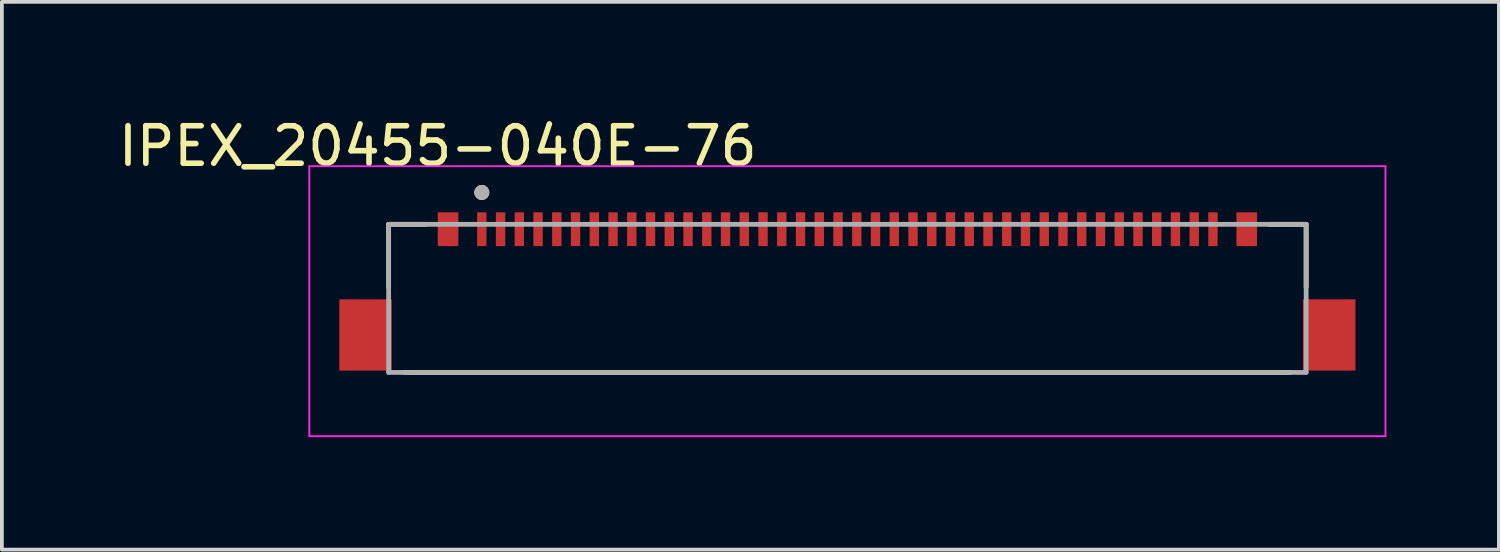
<source format=kicad_pcb>
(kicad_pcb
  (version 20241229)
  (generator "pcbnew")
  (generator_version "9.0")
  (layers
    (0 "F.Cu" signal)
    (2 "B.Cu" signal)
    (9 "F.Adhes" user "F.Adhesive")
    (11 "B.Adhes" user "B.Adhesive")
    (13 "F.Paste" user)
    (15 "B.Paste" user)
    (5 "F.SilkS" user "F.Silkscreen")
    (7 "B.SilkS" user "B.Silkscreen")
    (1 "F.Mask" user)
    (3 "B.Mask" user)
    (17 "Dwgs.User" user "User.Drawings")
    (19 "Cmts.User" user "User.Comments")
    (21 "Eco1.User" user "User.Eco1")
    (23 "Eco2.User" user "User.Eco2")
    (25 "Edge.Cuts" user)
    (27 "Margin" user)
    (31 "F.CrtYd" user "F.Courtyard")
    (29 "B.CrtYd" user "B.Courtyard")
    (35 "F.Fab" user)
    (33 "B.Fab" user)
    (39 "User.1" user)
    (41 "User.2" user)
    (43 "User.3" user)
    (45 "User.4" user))
  (footprint "IPEX_20455-040E-76"
    (layer "F.Cu")
    (at 19.55 4.983)
    (property "Reference" "IPEX_20455-040E-76" (at -10.925 -4.135 0) (layer "F.SilkS") (effects (font (size 1 1) (thickness 0.15))))
    (attr smd)
    (fp_line (start -12.235 -2.05) (end -12.235 -0.37) (stroke (width 0.127) (type solid)) (layer "F.SilkS"))
    (fp_line (start -12.235 -2.05) (end -11.25 -2.05) (stroke (width 0.127) (type solid)) (layer "F.SilkS"))
    (fp_line (start -11.8 1.9) (end 11.8 1.9) (stroke (width 0.127) (type solid)) (layer "F.SilkS"))
    (fp_line (start 11.25 -2.05) (end 12.235 -2.05) (stroke (width 0.127) (type solid)) (layer "F.SilkS"))
    (fp_line (start 12.235 -2.05) (end 12.235 -0.37) (stroke (width 0.127) (type solid)) (layer "F.SilkS"))
    (fp_circle (center -9.75 -2.9) (end -9.65 -2.9) (stroke (width 0.2) (type solid)) (fill no) (layer "F.SilkS"))
    (fp_line (start -14.35 -3.6) (end -14.35 3.6) (stroke (width 0.05) (type solid)) (layer "F.CrtYd"))
    (fp_line (start -14.35 3.6) (end 14.35 3.6) (stroke (width 0.05) (type solid)) (layer "F.CrtYd"))
    (fp_line (start 14.35 -3.6) (end -14.35 -3.6) (stroke (width 0.05) (type solid)) (layer "F.CrtYd"))
    (fp_line (start 14.35 3.6) (end 14.35 -3.6) (stroke (width 0.05) (type solid)) (layer "F.CrtYd"))
    (fp_poly (pts (xy -14.1 -3.35) (xy 14.1 -3.35) (xy 14.1 3.35) (xy 13.55 3.35) (xy 13.55 -0.05) (xy 12.15 -0.05) (xy 12.15 -2.37) (xy -12.15 -2.37) (xy -12.15 -0.05) (xy -13.55 -0.05) (xy -13.55 3.35) (xy -14.1 3.35)) (stroke (width 0.001) (type solid)) (fill no) (layer "F.CrtYd"))
    (fp_line (start -12.235 -2.05) (end 12.235 -2.05) (stroke (width 0.127) (type solid)) (layer "F.Fab"))
    (fp_line (start -12.235 1.9) (end -12.235 -2.05) (stroke (width 0.127) (type solid)) (layer "F.Fab"))
    (fp_line (start 12.235 -2.05) (end 12.235 1.9) (stroke (width 0.127) (type solid)) (layer "F.Fab"))
    (fp_line (start 12.235 1.9) (end -12.235 1.9) (stroke (width 0.127) (type solid)) (layer "F.Fab"))
    (fp_circle (center -9.75 -2.9) (end -9.65 -2.9) (stroke (width 0.2) (type solid)) (fill no) (layer "F.Fab"))
    (pad "1" smd rect (at -9.75 -1.92) (size 0.25 0.9) (layers "F.Cu" "F.Mask" "F.Paste"))
    (pad "2" smd rect (at -9.25 -1.92) (size 0.25 0.9) (layers "F.Cu" "F.Mask" "F.Paste"))
    (pad "3" smd rect (at -8.75 -1.92) (size 0.25 0.9) (layers "F.Cu" "F.Mask" "F.Paste"))
    (pad "4" smd rect (at -8.25 -1.92) (size 0.25 0.9) (layers "F.Cu" "F.Mask" "F.Paste"))
    (pad "5" smd rect (at -7.75 -1.92) (size 0.25 0.9) (layers "F.Cu" "F.Mask" "F.Paste"))
    (pad "6" smd rect (at -7.25 -1.92) (size 0.25 0.9) (layers "F.Cu" "F.Mask" "F.Paste"))
    (pad "7" smd rect (at -6.75 -1.92) (size 0.25 0.9) (layers "F.Cu" "F.Mask" "F.Paste"))
    (pad "8" smd rect (at -6.25 -1.92) (size 0.25 0.9) (layers "F.Cu" "F.Mask" "F.Paste"))
    (pad "9" smd rect (at -5.75 -1.92) (size 0.25 0.9) (layers "F.Cu" "F.Mask" "F.Paste"))
    (pad "10" smd rect (at -5.25 -1.92) (size 0.25 0.9) (layers "F.Cu" "F.Mask" "F.Paste"))
    (pad "11" smd rect (at -4.75 -1.92) (size 0.25 0.9) (layers "F.Cu" "F.Mask" "F.Paste"))
    (pad "12" smd rect (at -4.25 -1.92) (size 0.25 0.9) (layers "F.Cu" "F.Mask" "F.Paste"))
    (pad "13" smd rect (at -3.75 -1.92) (size 0.25 0.9) (layers "F.Cu" "F.Mask" "F.Paste"))
    (pad "14" smd rect (at -3.25 -1.92) (size 0.25 0.9) (layers "F.Cu" "F.Mask" "F.Paste"))
    (pad "15" smd rect (at -2.75 -1.92) (size 0.25 0.9) (layers "F.Cu" "F.Mask" "F.Paste"))
    (pad "16" smd rect (at -2.25 -1.92) (size 0.25 0.9) (layers "F.Cu" "F.Mask" "F.Paste"))
    (pad "17" smd rect (at -1.75 -1.92) (size 0.25 0.9) (layers "F.Cu" "F.Mask" "F.Paste"))
    (pad "18" smd rect (at -1.25 -1.92) (size 0.25 0.9) (layers "F.Cu" "F.Mask" "F.Paste"))
    (pad "19" smd rect (at -0.75 -1.92) (size 0.25 0.9) (layers "F.Cu" "F.Mask" "F.Paste"))
    (pad "20" smd rect (at -0.25 -1.92) (size 0.25 0.9) (layers "F.Cu" "F.Mask" "F.Paste"))
    (pad "21" smd rect (at 0.25 -1.92) (size 0.25 0.9) (layers "F.Cu" "F.Mask" "F.Paste"))
    (pad "22" smd rect (at 0.75 -1.92) (size 0.25 0.9) (layers "F.Cu" "F.Mask" "F.Paste"))
    (pad "23" smd rect (at 1.25 -1.92) (size 0.25 0.9) (layers "F.Cu" "F.Mask" "F.Paste"))
    (pad "24" smd rect (at 1.75 -1.92) (size 0.25 0.9) (layers "F.Cu" "F.Mask" "F.Paste"))
    (pad "25" smd rect (at 2.25 -1.92) (size 0.25 0.9) (layers "F.Cu" "F.Mask" "F.Paste"))
    (pad "26" smd rect (at 2.75 -1.92) (size 0.25 0.9) (layers "F.Cu" "F.Mask" "F.Paste"))
    (pad "27" smd rect (at 3.25 -1.92) (size 0.25 0.9) (layers "F.Cu" "F.Mask" "F.Paste"))
    (pad "28" smd rect (at 3.75 -1.92) (size 0.25 0.9) (layers "F.Cu" "F.Mask" "F.Paste"))
    (pad "29" smd rect (at 4.25 -1.92) (size 0.25 0.9) (layers "F.Cu" "F.Mask" "F.Paste"))
    (pad "30" smd rect (at 4.75 -1.92) (size 0.25 0.9) (layers "F.Cu" "F.Mask" "F.Paste"))
    (pad "31" smd rect (at 5.25 -1.92) (size 0.25 0.9) (layers "F.Cu" "F.Mask" "F.Paste"))
    (pad "32" smd rect (at 5.75 -1.92) (size 0.25 0.9) (layers "F.Cu" "F.Mask" "F.Paste"))
    (pad "33" smd rect (at 6.25 -1.92) (size 0.25 0.9) (layers "F.Cu" "F.Mask" "F.Paste"))
    (pad "34" smd rect (at 6.75 -1.92) (size 0.25 0.9) (layers "F.Cu" "F.Mask" "F.Paste"))
    (pad "35" smd rect (at 7.25 -1.92) (size 0.25 0.9) (layers "F.Cu" "F.Mask" "F.Paste"))
    (pad "36" smd rect (at 7.75 -1.92) (size 0.25 0.9) (layers "F.Cu" "F.Mask" "F.Paste"))
    (pad "37" smd rect (at 8.25 -1.92) (size 0.25 0.9) (layers "F.Cu" "F.Mask" "F.Paste"))
    (pad "38" smd rect (at 8.75 -1.92) (size 0.25 0.9) (layers "F.Cu" "F.Mask" "F.Paste"))
    (pad "39" smd rect (at 9.25 -1.92) (size 0.25 0.9) (layers "F.Cu" "F.Mask" "F.Paste"))
    (pad "40" smd rect (at 9.75 -1.92) (size 0.25 0.9) (layers "F.Cu" "F.Mask" "F.Paste"))
    (pad "S1" smd rect (at -10.65 -1.92) (size 0.55 0.9) (layers "F.Cu" "F.Mask" "F.Paste"))
    (pad "S2" smd rect (at -12.85 0.9) (size 1.4 1.9) (layers "F.Cu" "F.Mask" "F.Paste"))
    (pad "S3" smd rect (at 10.65 -1.92) (size 0.55 0.9) (layers "F.Cu" "F.Mask" "F.Paste"))
    (pad "S4" smd rect (at 12.85 0.9) (size 1.4 1.9) (layers "F.Cu" "F.Mask" "F.Paste")))
  (gr_rect
    (start -3 -3)
    (end 36.925 11.608)
    (stroke (width 0.1) (type default))
    (fill no)
    (layer "Edge.Cuts")))
</source>
